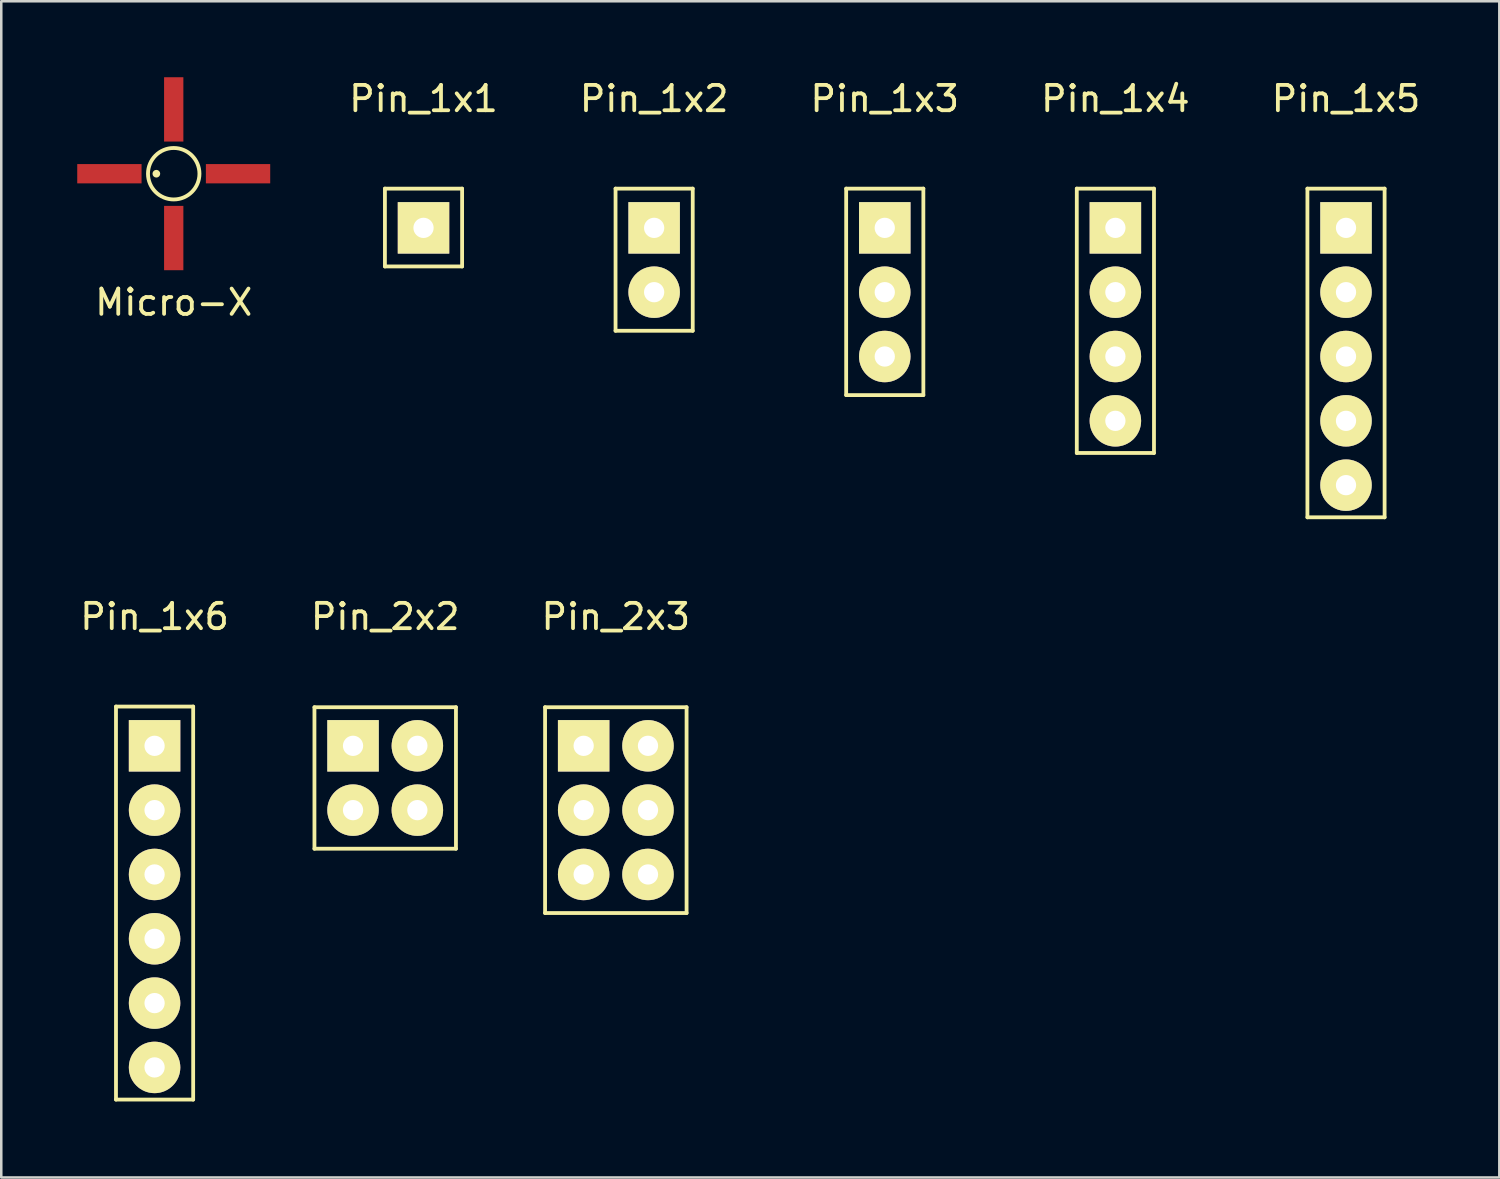
<source format=kicad_pcb>
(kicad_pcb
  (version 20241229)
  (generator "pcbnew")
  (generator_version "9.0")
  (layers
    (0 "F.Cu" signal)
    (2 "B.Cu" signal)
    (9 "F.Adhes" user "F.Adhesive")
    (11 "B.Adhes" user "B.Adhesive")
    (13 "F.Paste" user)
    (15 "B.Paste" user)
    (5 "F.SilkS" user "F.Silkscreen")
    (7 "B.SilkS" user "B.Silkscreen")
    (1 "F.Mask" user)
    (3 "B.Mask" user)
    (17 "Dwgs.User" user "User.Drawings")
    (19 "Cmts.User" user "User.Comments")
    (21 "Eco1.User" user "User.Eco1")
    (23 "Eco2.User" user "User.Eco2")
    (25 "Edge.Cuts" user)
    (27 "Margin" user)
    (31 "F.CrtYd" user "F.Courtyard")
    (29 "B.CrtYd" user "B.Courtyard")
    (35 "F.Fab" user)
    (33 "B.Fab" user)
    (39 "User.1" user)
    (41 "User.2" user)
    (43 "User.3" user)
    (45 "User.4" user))
  (footprint "Pin_1x3"
    (layer "F.Cu")
    (at 31.888 5.948)
    (property "Reference" "Pin_1x3" (at 0 -5.1 0) (layer "F.SilkS") (effects (font (size 1 1) (thickness 0.15))))
    (attr through_hole)
    (fp_line (start -1.524 6.604) (end -1.524 -1.55) (stroke (width 0.15) (type solid)) (layer "F.SilkS"))
    (fp_line (start 1.524 -1.55) (end -1.524 -1.55) (stroke (width 0.15) (type solid)) (layer "F.SilkS"))
    (fp_line (start 1.524 -1.55) (end 1.524 6.604) (stroke (width 0.15) (type solid)) (layer "F.SilkS"))
    (fp_line (start 1.524 6.604) (end -1.524 6.604) (stroke (width 0.15) (type solid)) (layer "F.SilkS"))
    (pad "1" thru_hole rect (at 0 0) (size 2.032 2.032) (drill 0.8) (layers "*.Cu" "*.Mask" "F.SilkS"))
    (pad "2" thru_hole oval (at 0 2.54) (size 2.032 2.032) (drill 0.8) (layers "*.Cu" "*.Mask" "F.SilkS"))
    (pad "3" thru_hole oval (at 0 5.08) (size 2.032 2.032) (drill 0.8) (layers "*.Cu" "*.Mask" "F.SilkS")))
  (footprint "Pin_1x6"
    (layer "F.Cu")
    (at 3.054 26.401)
    (property "Reference" "Pin_1x6" (at 0 -5.1 0) (layer "F.SilkS") (effects (font (size 1 1) (thickness 0.15))))
    (attr through_hole)
    (fp_line (start -1.524 13.97) (end -1.524 -1.55) (stroke (width 0.15) (type solid)) (layer "F.SilkS"))
    (fp_line (start 1.524 -1.55) (end -1.524 -1.55) (stroke (width 0.15) (type solid)) (layer "F.SilkS"))
    (fp_line (start 1.524 -1.55) (end 1.524 13.97) (stroke (width 0.15) (type solid)) (layer "F.SilkS"))
    (fp_line (start 1.524 13.97) (end -1.524 13.97) (stroke (width 0.15) (type solid)) (layer "F.SilkS"))
    (pad "1" thru_hole rect (at 0 0) (size 2.032 2.032) (drill 0.8) (layers "*.Cu" "*.Mask" "F.SilkS"))
    (pad "2" thru_hole oval (at 0 2.54) (size 2.032 2.032) (drill 0.8) (layers "*.Cu" "*.Mask" "F.SilkS"))
    (pad "3" thru_hole oval (at 0 5.08) (size 2.032 2.032) (drill 0.8) (layers "*.Cu" "*.Mask" "F.SilkS"))
    (pad "4" thru_hole oval (at 0 7.62) (size 2.032 2.032) (drill 0.8) (layers "*.Cu" "*.Mask" "F.SilkS"))
    (pad "5" thru_hole oval (at 0 10.16) (size 2.032 2.032) (drill 0.8) (layers "*.Cu" "*.Mask" "F.SilkS"))
    (pad "6" thru_hole oval (at 0 12.7) (size 2.032 2.032) (drill 0.8) (layers "*.Cu" "*.Mask" "F.SilkS")))
  (footprint "Pin_2x2"
    (layer "F.Cu")
    (at 12.161 26.401)
    (property "Reference" "Pin_2x2" (at 0 -5.1 0) (layer "F.SilkS") (effects (font (size 1 1) (thickness 0.15))))
    (attr through_hole)
    (fp_line (start -2.794 4.064) (end -2.794 -1.524) (stroke (width 0.15) (type solid)) (layer "F.SilkS"))
    (fp_line (start 2.794 -1.524) (end -2.794 -1.524) (stroke (width 0.15) (type solid)) (layer "F.SilkS"))
    (fp_line (start 2.794 -1.524) (end 2.794 4.064) (stroke (width 0.15) (type solid)) (layer "F.SilkS"))
    (fp_line (start 2.794 4.064) (end -2.794 4.064) (stroke (width 0.15) (type solid)) (layer "F.SilkS"))
    (pad "1" thru_hole rect (at -1.27 0) (size 2.032 2.032) (drill 0.8) (layers "*.Cu" "*.Mask" "F.SilkS"))
    (pad "2" thru_hole circle (at 1.27 0) (size 2.032 2.032) (drill 0.8) (layers "*.Cu" "*.Mask" "F.SilkS"))
    (pad "3" thru_hole oval (at -1.27 2.54) (size 2.032 2.032) (drill 0.8) (layers "*.Cu" "*.Mask" "F.SilkS"))
    (pad "4" thru_hole oval (at 1.27 2.54) (size 2.032 2.032) (drill 0.8) (layers "*.Cu" "*.Mask" "F.SilkS")))
  (footprint "Pin_1x4"
    (layer "F.Cu")
    (at 40.995 5.948)
    (property "Reference" "Pin_1x4" (at 0 -5.1 0) (layer "F.SilkS") (effects (font (size 1 1) (thickness 0.15))))
    (attr through_hole)
    (fp_line (start -1.524 8.89) (end -1.524 -1.55) (stroke (width 0.15) (type solid)) (layer "F.SilkS"))
    (fp_line (start 1.524 -1.55) (end -1.524 -1.55) (stroke (width 0.15) (type solid)) (layer "F.SilkS"))
    (fp_line (start 1.524 -1.55) (end 1.524 8.89) (stroke (width 0.15) (type solid)) (layer "F.SilkS"))
    (fp_line (start 1.524 8.89) (end -1.524 8.89) (stroke (width 0.15) (type solid)) (layer "F.SilkS"))
    (pad "1" thru_hole rect (at 0 0) (size 2.032 2.032) (drill 0.8) (layers "*.Cu" "*.Mask" "F.SilkS"))
    (pad "2" thru_hole oval (at 0 2.54) (size 2.032 2.032) (drill 0.8) (layers "*.Cu" "*.Mask" "F.SilkS"))
    (pad "3" thru_hole oval (at 0 5.08) (size 2.032 2.032) (drill 0.8) (layers "*.Cu" "*.Mask" "F.SilkS"))
    (pad "4" thru_hole oval (at 0 7.62) (size 2.032 2.032) (drill 0.8) (layers "*.Cu" "*.Mask" "F.SilkS")))
  (footprint "Pin_1x1"
    (layer "F.Cu")
    (at 13.674 5.948)
    (property "Reference" "Pin_1x1" (at 0 -5.1 0) (layer "F.SilkS") (effects (font (size 1 1) (thickness 0.15))))
    (attr through_hole)
    (fp_line (start -1.524 1.524) (end -1.524 -1.55) (stroke (width 0.15) (type solid)) (layer "F.SilkS"))
    (fp_line (start 1.524 -1.55) (end -1.524 -1.55) (stroke (width 0.15) (type solid)) (layer "F.SilkS"))
    (fp_line (start 1.524 -1.55) (end 1.524 1.524) (stroke (width 0.15) (type solid)) (layer "F.SilkS"))
    (fp_line (start 1.524 1.524) (end -1.524 1.524) (stroke (width 0.15) (type solid)) (layer "F.SilkS"))
    (pad "1" thru_hole rect (at 0 0) (size 2.032 2.032) (drill 0.8) (layers "*.Cu" "*.Mask" "F.SilkS")))
  (footprint "Pin_2x3"
    (layer "F.Cu")
    (at 21.268 26.401)
    (property "Reference" "Pin_2x3" (at 0 -5.1 0) (layer "F.SilkS") (effects (font (size 1 1) (thickness 0.15))))
    (attr through_hole)
    (fp_line (start -2.794 6.604) (end -2.794 -1.524) (stroke (width 0.15) (type solid)) (layer "F.SilkS"))
    (fp_line (start 2.794 -1.524) (end -2.794 -1.524) (stroke (width 0.15) (type solid)) (layer "F.SilkS"))
    (fp_line (start 2.794 -1.524) (end 2.794 6.604) (stroke (width 0.15) (type solid)) (layer "F.SilkS"))
    (fp_line (start 2.794 6.604) (end -2.794 6.604) (stroke (width 0.15) (type solid)) (layer "F.SilkS"))
    (pad "1" thru_hole rect (at -1.27 0) (size 2.032 2.032) (drill 0.8) (layers "*.Cu" "*.Mask" "F.SilkS"))
    (pad "2" thru_hole circle (at 1.27 0) (size 2.032 2.032) (drill 0.8) (layers "*.Cu" "*.Mask" "F.SilkS"))
    (pad "3" thru_hole oval (at -1.27 2.54) (size 2.032 2.032) (drill 0.8) (layers "*.Cu" "*.Mask" "F.SilkS"))
    (pad "4" thru_hole oval (at 1.27 2.54) (size 2.032 2.032) (drill 0.8) (layers "*.Cu" "*.Mask" "F.SilkS"))
    (pad "5" thru_hole oval (at -1.27 5.08) (size 2.032 2.032) (drill 0.8) (layers "*.Cu" "*.Mask" "F.SilkS"))
    (pad "6" thru_hole oval (at 1.27 5.08) (size 2.032 2.032) (drill 0.8) (layers "*.Cu" "*.Mask" "F.SilkS")))
  (footprint "Pin_1x2"
    (layer "F.Cu")
    (at 22.781 5.948)
    (property "Reference" "Pin_1x2" (at 0 -5.1 0) (layer "F.SilkS") (effects (font (size 1 1) (thickness 0.15))))
    (attr through_hole)
    (fp_line (start -1.524 4.064) (end -1.524 -1.55) (stroke (width 0.15) (type solid)) (layer "F.SilkS"))
    (fp_line (start 1.524 -1.55) (end -1.524 -1.55) (stroke (width 0.15) (type solid)) (layer "F.SilkS"))
    (fp_line (start 1.524 -1.55) (end 1.524 4.064) (stroke (width 0.15) (type solid)) (layer "F.SilkS"))
    (fp_line (start 1.524 4.064) (end -1.524 4.064) (stroke (width 0.15) (type solid)) (layer "F.SilkS"))
    (pad "1" thru_hole rect (at 0 0) (size 2.032 2.032) (drill 0.8) (layers "*.Cu" "*.Mask" "F.SilkS"))
    (pad "2" thru_hole oval (at 0 2.54) (size 2.032 2.032) (drill 0.8) (layers "*.Cu" "*.Mask" "F.SilkS")))
  (footprint "Micro-X"
    (layer "F.Cu")
    (at 3.81 3.81)
    (property "Reference" "Micro-X" (at 0 5.08 0) (layer "F.SilkS") (effects (font (size 1 1) (thickness 0.15))))
    (attr through_hole)
    (fp_circle (center -0.686 0) (end -0.686 -0.076) (stroke (width 0.152) (type solid)) (fill no) (layer "F.SilkS"))
    (fp_circle (center 0 0) (end 1.016 0) (stroke (width 0.152) (type solid)) (fill no) (layer "F.SilkS"))
    (pad "1" smd rect (at -2.54 0) (size 2.54 0.762) (layers "F.Cu" "F.Mask" "F.Paste"))
    (pad "2" smd rect (at 0 2.54) (size 0.762 2.54) (layers "F.Cu" "F.Mask" "F.Paste"))
    (pad "3" smd rect (at 2.54 0) (size 2.54 0.762) (layers "F.Cu" "F.Mask" "F.Paste"))
    (pad "4" smd rect (at 0 -2.54) (size 0.762 2.54) (layers "F.Cu" "F.Mask" "F.Paste")))
  (footprint "Pin_1x5"
    (layer "F.Cu")
    (at 50.102 5.948)
    (property "Reference" "Pin_1x5" (at 0 -5.1 0) (layer "F.SilkS") (effects (font (size 1 1) (thickness 0.15))))
    (attr through_hole)
    (fp_line (start -1.524 11.43) (end -1.524 -1.55) (stroke (width 0.15) (type solid)) (layer "F.SilkS"))
    (fp_line (start 1.524 -1.55) (end -1.524 -1.55) (stroke (width 0.15) (type solid)) (layer "F.SilkS"))
    (fp_line (start 1.524 -1.55) (end 1.524 11.43) (stroke (width 0.15) (type solid)) (layer "F.SilkS"))
    (fp_line (start 1.524 11.43) (end -1.524 11.43) (stroke (width 0.15) (type solid)) (layer "F.SilkS"))
    (pad "1" thru_hole rect (at 0 0) (size 2.032 2.032) (drill 0.8) (layers "*.Cu" "*.Mask" "F.SilkS"))
    (pad "2" thru_hole oval (at 0 2.54) (size 2.032 2.032) (drill 0.8) (layers "*.Cu" "*.Mask" "F.SilkS"))
    (pad "3" thru_hole oval (at 0 5.08) (size 2.032 2.032) (drill 0.8) (layers "*.Cu" "*.Mask" "F.SilkS"))
    (pad "4" thru_hole oval (at 0 7.62) (size 2.032 2.032) (drill 0.8) (layers "*.Cu" "*.Mask" "F.SilkS"))
    (pad "5" thru_hole oval (at 0 10.16) (size 2.032 2.032) (drill 0.8) (layers "*.Cu" "*.Mask" "F.SilkS")))
  (gr_rect
    (start -3 -3)
    (end 56.156 43.447)
    (stroke (width 0.1) (type default))
    (fill no)
    (layer "Edge.Cuts")))
</source>
